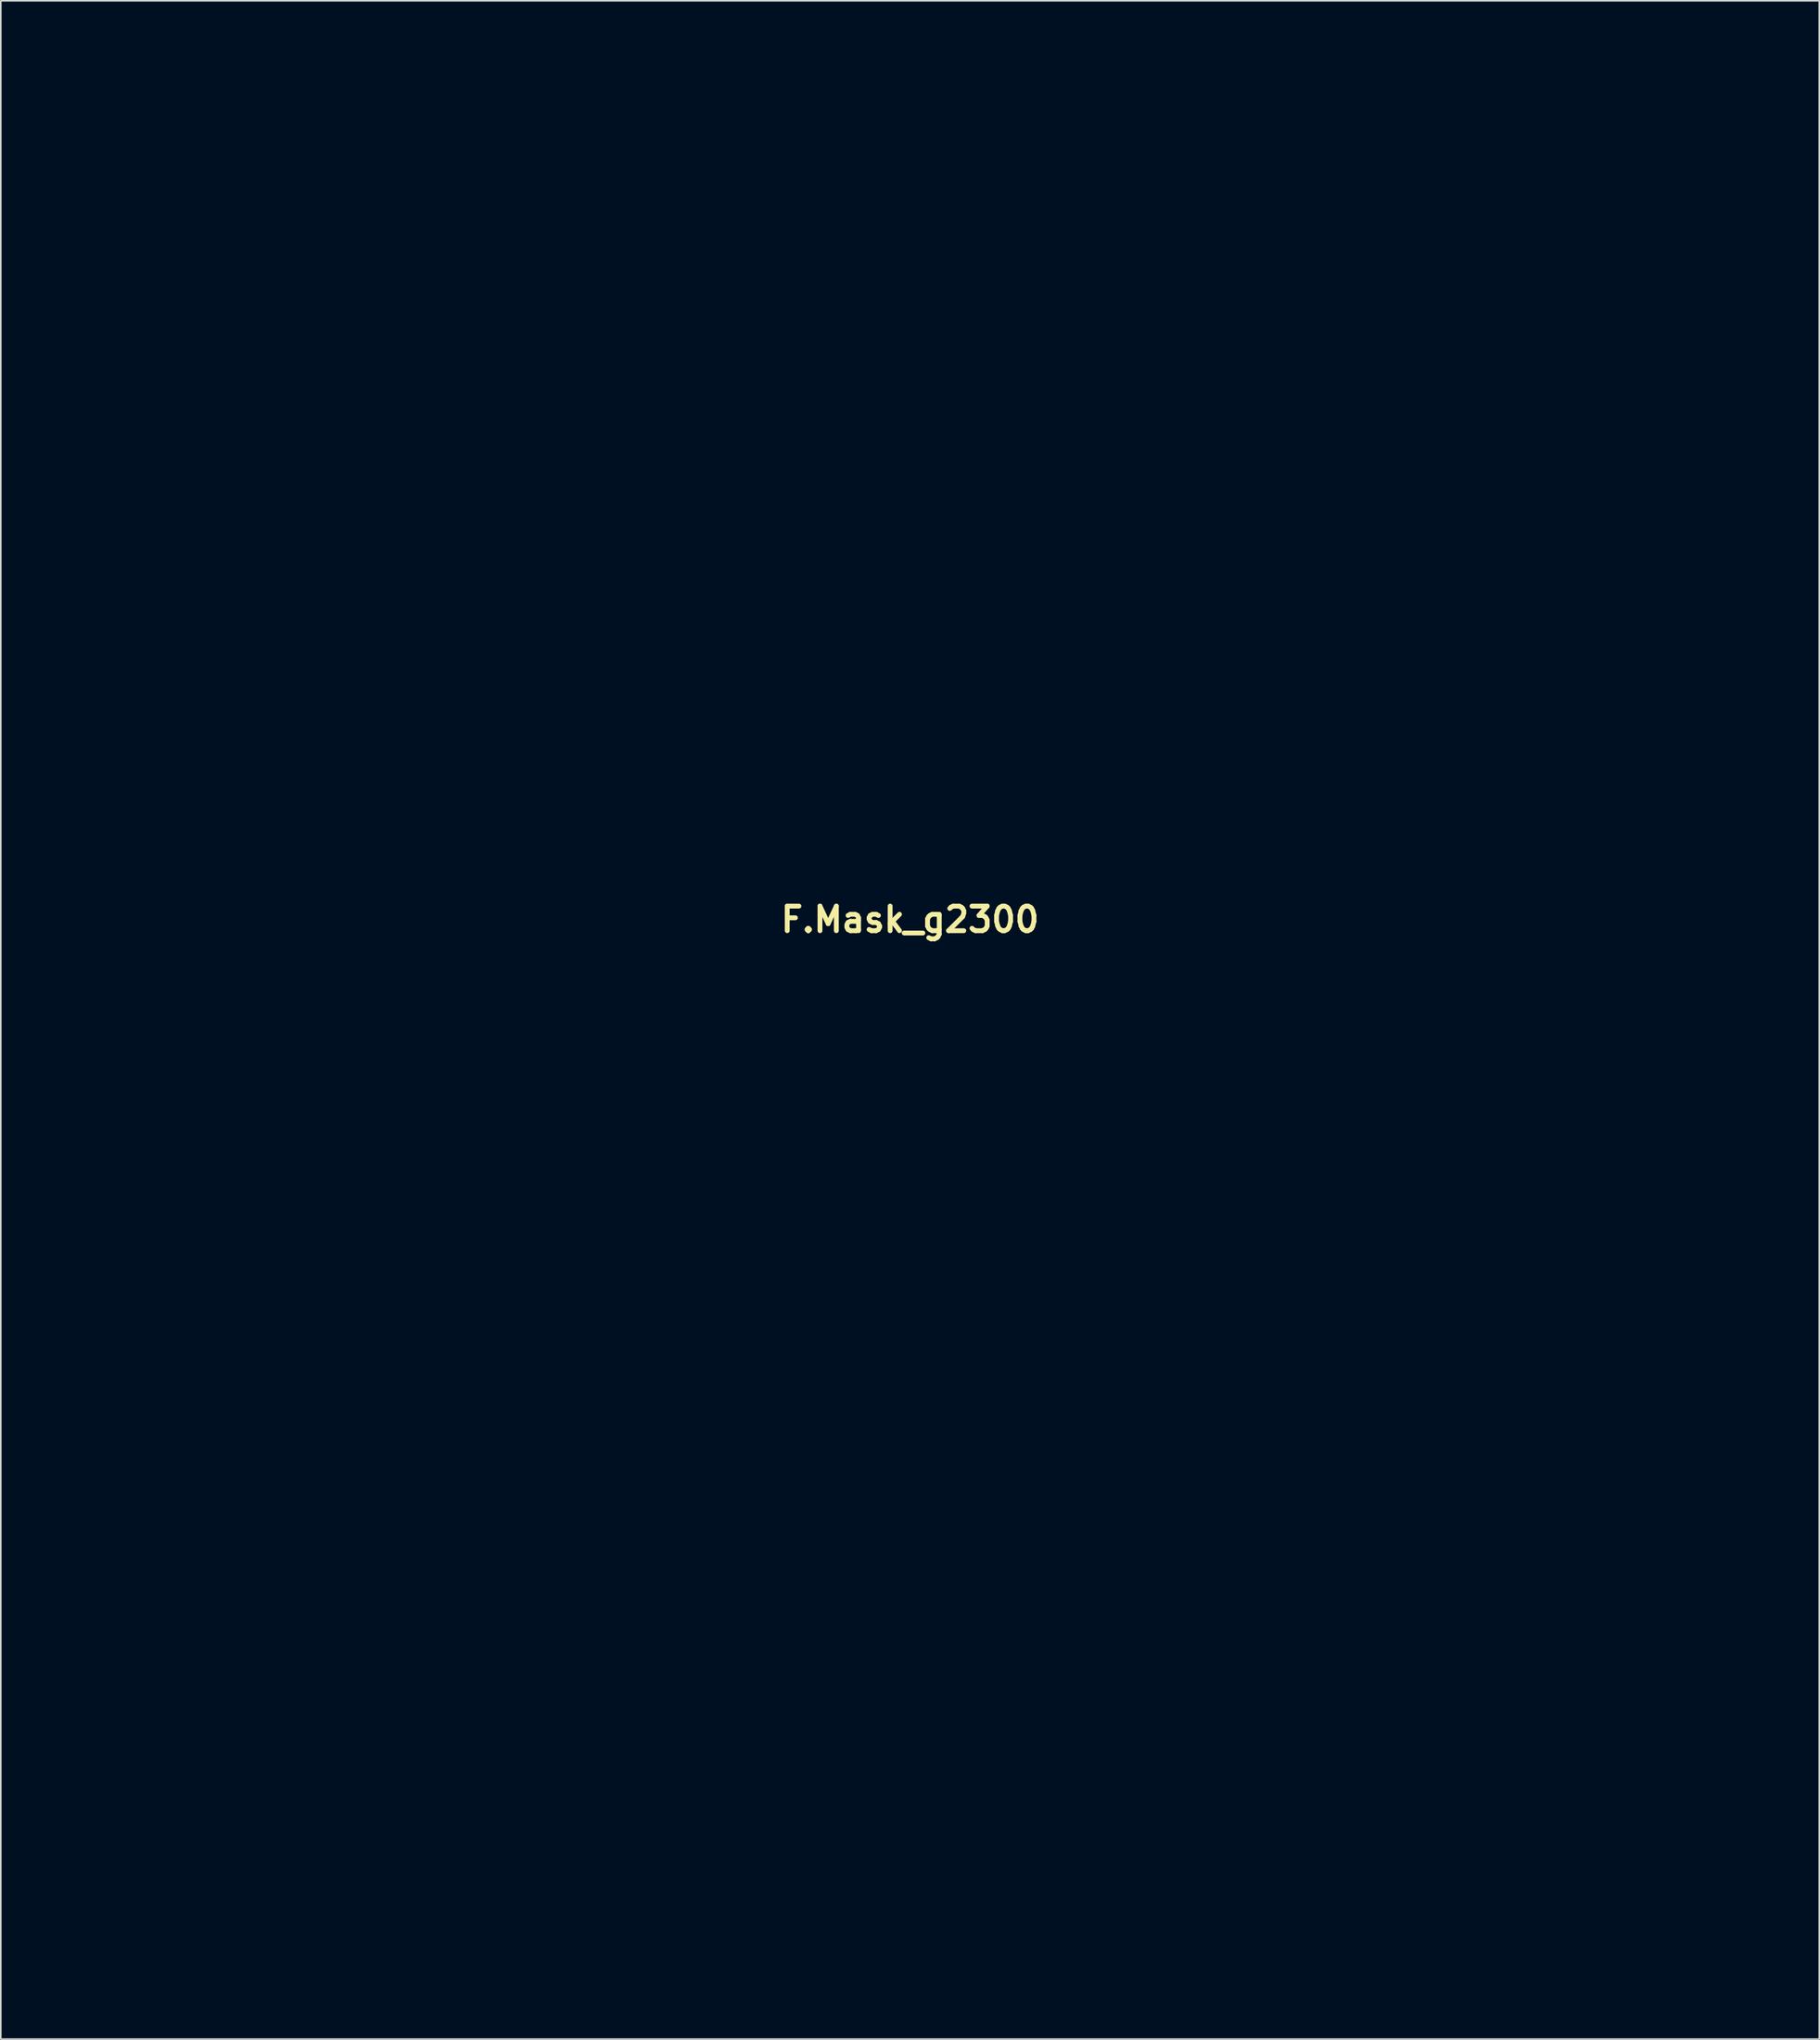
<source format=kicad_pcb>
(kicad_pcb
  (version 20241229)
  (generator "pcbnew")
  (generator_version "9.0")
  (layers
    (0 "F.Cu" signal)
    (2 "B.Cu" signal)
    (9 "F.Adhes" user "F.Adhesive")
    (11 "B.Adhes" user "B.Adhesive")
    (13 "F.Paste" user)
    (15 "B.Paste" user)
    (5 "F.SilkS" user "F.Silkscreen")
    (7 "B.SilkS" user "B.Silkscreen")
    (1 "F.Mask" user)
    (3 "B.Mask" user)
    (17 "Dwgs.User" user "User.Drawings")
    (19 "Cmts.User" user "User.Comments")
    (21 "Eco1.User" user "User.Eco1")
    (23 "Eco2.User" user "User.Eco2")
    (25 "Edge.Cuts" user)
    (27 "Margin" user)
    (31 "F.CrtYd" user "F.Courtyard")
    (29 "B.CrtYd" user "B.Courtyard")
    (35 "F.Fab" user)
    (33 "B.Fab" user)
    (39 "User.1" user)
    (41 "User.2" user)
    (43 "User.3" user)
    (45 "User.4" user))
  (footprint "F.Mask_g2300"
    (layer "F.Cu")
    (at 53.428 54.007)
    (property "Reference" "F.Mask_g2300" (at 0 0 0) (layer "F.SilkS") (effects (font (size 1.524 1.524) (thickness 0.3))))
    (attr through_hole)
    (fp_poly (pts (xy 3.793 1.055) (xy 3.776 1.105) (xy 3.748 1.178) (xy 3.712 1.265) (xy 3.574 1.645) (xy 3.475 2.033) (xy 3.415 2.424) (xy 3.396 2.814) (xy 3.408 3.09) (xy 3.456 3.484) (xy 3.537 3.865) (xy 3.653 4.239) (xy 3.807 4.614) (xy 3.895 4.8) (xy 3.951 4.911) (xy 3.989 4.991) (xy 4.004 5.042) (xy 3.995 5.069) (xy 3.957 5.072) (xy 3.887 5.057) (xy 3.782 5.026) (xy 3.683 4.995) (xy 3.338 4.877) (xy 3.025 4.745) (xy 2.744 4.601) (xy 2.497 4.445) (xy 2.285 4.278) (xy 2.109 4.102) (xy 1.969 3.917) (xy 1.868 3.725) (xy 1.806 3.527) (xy 1.785 3.324) (xy 1.797 3.157) (xy 1.855 2.92) (xy 1.953 2.683) (xy 2.092 2.445) (xy 2.271 2.208) (xy 2.487 1.974) (xy 2.741 1.743) (xy 3.03 1.516) (xy 3.355 1.296) (xy 3.538 1.184) (xy 3.629 1.13) (xy 3.706 1.085) (xy 3.763 1.053) (xy 3.793 1.038) (xy 3.796 1.037) (xy 3.793 1.055)) (stroke (width 0.01) (type solid)) (fill yes) (layer "F.Mask"))
    (fp_poly (pts (xy 10.828 0.219) (xy 10.884 0.235) (xy 10.964 0.263) (xy 11.062 0.299) (xy 11.17 0.341) (xy 11.282 0.387) (xy 11.39 0.433) (xy 11.487 0.476) (xy 11.515 0.49) (xy 11.806 0.644) (xy 12.062 0.809) (xy 12.281 0.986) (xy 12.462 1.171) (xy 12.603 1.364) (xy 12.703 1.561) (xy 12.733 1.669) (xy 12.749 1.806) (xy 12.753 1.96) (xy 12.744 2.12) (xy 12.723 2.273) (xy 12.703 2.36) (xy 12.637 2.555) (xy 12.543 2.766) (xy 12.425 2.983) (xy 12.288 3.198) (xy 12.139 3.401) (xy 12.058 3.499) (xy 12.006 3.555) (xy 11.939 3.623) (xy 11.863 3.695) (xy 11.786 3.766) (xy 11.714 3.829) (xy 11.654 3.879) (xy 11.613 3.91) (xy 11.599 3.916) (xy 11.597 3.898) (xy 11.605 3.851) (xy 11.617 3.805) (xy 11.635 3.716) (xy 11.647 3.592) (xy 11.653 3.439) (xy 11.653 3.265) (xy 11.649 3.076) (xy 11.639 2.878) (xy 11.624 2.679) (xy 11.603 2.486) (xy 11.593 2.402) (xy 11.573 2.26) (xy 11.552 2.119) (xy 11.532 1.99) (xy 11.515 1.883) (xy 11.502 1.81) (xy 11.439 1.557) (xy 11.349 1.287) (xy 11.236 1.01) (xy 11.106 0.738) (xy 10.962 0.481) (xy 10.926 0.423) (xy 10.876 0.343) (xy 10.836 0.277) (xy 10.811 0.232) (xy 10.804 0.217) (xy 10.828 0.219)) (stroke (width 0.01) (type solid)) (fill yes) (layer "F.Mask"))
    (fp_poly (pts (xy 8.08 0.265) (xy 8.454 0.303) (xy 8.818 0.374) (xy 8.854 0.383) (xy 8.998 0.423) (xy 9.113 0.467) (xy 9.21 0.521) (xy 9.304 0.592) (xy 9.406 0.687) (xy 9.431 0.712) (xy 9.706 1.014) (xy 9.944 1.323) (xy 10.143 1.638) (xy 10.303 1.955) (xy 10.422 2.275) (xy 10.489 2.538) (xy 10.511 2.7) (xy 10.52 2.887) (xy 10.515 3.083) (xy 10.497 3.274) (xy 10.467 3.446) (xy 10.447 3.523) (xy 10.343 3.8) (xy 10.203 4.056) (xy 10.029 4.29) (xy 9.825 4.498) (xy 9.592 4.679) (xy 9.333 4.83) (xy 9.051 4.948) (xy 8.903 4.994) (xy 8.845 5.007) (xy 8.751 5.025) (xy 8.627 5.047) (xy 8.477 5.072) (xy 8.309 5.099) (xy 8.126 5.127) (xy 7.936 5.156) (xy 7.743 5.184) (xy 7.553 5.211) (xy 7.373 5.236) (xy 7.207 5.258) (xy 7.061 5.276) (xy 7.027 5.28) (xy 6.873 5.296) (xy 6.75 5.306) (xy 6.649 5.309) (xy 6.562 5.305) (xy 6.477 5.295) (xy 6.451 5.291) (xy 6.258 5.242) (xy 6.067 5.163) (xy 5.889 5.059) (xy 5.735 4.938) (xy 5.671 4.873) (xy 5.559 4.733) (xy 5.441 4.563) (xy 5.324 4.371) (xy 5.212 4.168) (xy 5.111 3.964) (xy 5.027 3.767) (xy 4.977 3.629) (xy 4.902 3.341) (xy 4.859 3.039) (xy 4.848 2.733) (xy 4.869 2.433) (xy 4.921 2.159) (xy 5.014 1.876) (xy 5.146 1.608) (xy 5.312 1.357) (xy 5.512 1.125) (xy 5.741 0.916) (xy 5.997 0.733) (xy 6.277 0.578) (xy 6.579 0.454) (xy 6.628 0.437) (xy 6.968 0.346) (xy 7.329 0.287) (xy 7.702 0.26) (xy 8.08 0.265)) (stroke (width 0.01) (type solid)) (fill yes) (layer "F.Mask"))
    (fp_poly (pts (xy 18.979 -10.675) (xy 19.017 -10.633) (xy 19.076 -10.559) (xy 19.154 -10.458) (xy 19.249 -10.33) (xy 19.36 -10.177) (xy 19.486 -10.003) (xy 19.624 -9.81) (xy 19.773 -9.599) (xy 19.933 -9.372) (xy 20.1 -9.133) (xy 20.274 -8.883) (xy 20.453 -8.624) (xy 20.635 -8.36) (xy 20.82 -8.09) (xy 21.005 -7.819) (xy 21.188 -7.549) (xy 21.37 -7.28) (xy 21.546 -7.017) (xy 21.718 -6.76) (xy 21.881 -6.513) (xy 22.034 -6.28) (xy 22.109 -6.166) (xy 22.174 -6.063) (xy 22.227 -5.978) (xy 22.265 -5.916) (xy 22.284 -5.881) (xy 22.286 -5.876) (xy 22.263 -5.876) (xy 22.208 -5.885) (xy 22.132 -5.899) (xy 22.087 -5.907) (xy 21.694 -5.967) (xy 21.296 -5.984) (xy 20.897 -5.961) (xy 20.497 -5.896) (xy 20.099 -5.79) (xy 19.704 -5.645) (xy 19.313 -5.459) (xy 19.008 -5.284) (xy 18.779 -5.131) (xy 18.545 -4.954) (xy 18.313 -4.76) (xy 18.095 -4.558) (xy 17.899 -4.356) (xy 17.765 -4.202) (xy 17.509 -3.852) (xy 17.282 -3.475) (xy 17.085 -3.072) (xy 16.92 -2.649) (xy 16.789 -2.209) (xy 16.693 -1.756) (xy 16.673 -1.624) (xy 16.659 -1.535) (xy 16.645 -1.462) (xy 16.635 -1.416) (xy 16.63 -1.404) (xy 16.616 -1.415) (xy 16.591 -1.456) (xy 16.562 -1.516) (xy 16.494 -1.672) (xy 16.422 -1.836) (xy 16.35 -2.005) (xy 16.279 -2.172) (xy 16.211 -2.334) (xy 16.148 -2.486) (xy 16.092 -2.622) (xy 16.046 -2.739) (xy 16.011 -2.831) (xy 15.988 -2.893) (xy 15.981 -2.92) (xy 15.998 -2.938) (xy 16.045 -2.97) (xy 16.111 -3.008) (xy 16.134 -3.02) (xy 16.386 -3.174) (xy 16.632 -3.368) (xy 16.873 -3.599) (xy 17.105 -3.867) (xy 17.329 -4.167) (xy 17.541 -4.499) (xy 17.742 -4.861) (xy 17.929 -5.249) (xy 18.101 -5.662) (xy 18.256 -6.098) (xy 18.274 -6.154) (xy 18.376 -6.494) (xy 18.474 -6.867) (xy 18.565 -7.262) (xy 18.648 -7.671) (xy 18.721 -8.084) (xy 18.782 -8.49) (xy 18.784 -8.509) (xy 18.814 -8.747) (xy 18.842 -9.001) (xy 18.868 -9.261) (xy 18.891 -9.522) (xy 18.911 -9.774) (xy 18.927 -10.011) (xy 18.938 -10.225) (xy 18.944 -10.407) (xy 18.944 -10.477) (xy 18.947 -10.563) (xy 18.952 -10.634) (xy 18.959 -10.678) (xy 18.962 -10.685) (xy 18.979 -10.675)) (stroke (width 0.01) (type solid)) (fill yes) (layer "F.Mask"))
    (fp_poly (pts (xy -14.963 -4.905) (xy -14.744 -4.9) (xy -14.535 -4.891) (xy -14.346 -4.879) (xy -14.186 -4.865) (xy -14.139 -4.859) (xy -13.625 -4.772) (xy -13.126 -4.649) (xy -12.645 -4.49) (xy -12.185 -4.297) (xy -11.746 -4.069) (xy -11.333 -3.808) (xy -11.007 -3.565) (xy -10.866 -3.446) (xy -10.711 -3.304) (xy -10.551 -3.15) (xy -10.396 -2.992) (xy -10.255 -2.84) (xy -10.137 -2.703) (xy -10.125 -2.689) (xy -10.036 -2.576) (xy -9.953 -2.467) (xy -9.878 -2.365) (xy -9.817 -2.277) (xy -9.771 -2.208) (xy -9.746 -2.162) (xy -9.743 -2.146) (xy -9.766 -2.144) (xy -9.825 -2.145) (xy -9.911 -2.148) (xy -10.018 -2.153) (xy -10.11 -2.159) (xy -10.571 -2.169) (xy -11.033 -2.139) (xy -11.491 -2.071) (xy -11.938 -1.966) (xy -12.238 -1.871) (xy -12.438 -1.794) (xy -12.66 -1.696) (xy -12.895 -1.582) (xy -13.131 -1.457) (xy -13.219 -1.408) (xy -13.738 -1.09) (xy -14.226 -0.744) (xy -14.683 -0.37) (xy -15.107 0.029) (xy -15.499 0.453) (xy -15.858 0.902) (xy -16.184 1.375) (xy -16.476 1.87) (xy -16.735 2.387) (xy -16.96 2.925) (xy -17.151 3.483) (xy -17.307 4.06) (xy -17.428 4.655) (xy -17.514 5.269) (xy -17.564 5.898) (xy -17.579 6.544) (xy -17.557 7.205) (xy -17.499 7.88) (xy -17.404 8.568) (xy -17.272 9.269) (xy -17.216 9.521) (xy -17.191 9.633) (xy -17.171 9.728) (xy -17.157 9.802) (xy -17.15 9.846) (xy -17.15 9.855) (xy -17.163 9.841) (xy -17.193 9.795) (xy -17.236 9.724) (xy -17.288 9.633) (xy -17.334 9.552) (xy -17.603 9.045) (xy -17.865 8.5) (xy -18.119 7.923) (xy -18.363 7.317) (xy -18.594 6.689) (xy -18.812 6.042) (xy -19.014 5.381) (xy -19.121 5.004) (xy -19.207 4.68) (xy -19.28 4.386) (xy -19.341 4.113) (xy -19.392 3.852) (xy -19.434 3.594) (xy -19.468 3.329) (xy -19.497 3.049) (xy -19.521 2.744) (xy -19.539 2.466) (xy -19.546 2.293) (xy -19.551 2.088) (xy -19.554 1.858) (xy -19.554 1.611) (xy -19.552 1.355) (xy -19.548 1.098) (xy -19.542 0.848) (xy -19.534 0.613) (xy -19.524 0.401) (xy -19.512 0.219) (xy -19.507 0.148) (xy -19.426 -0.573) (xy -19.316 -1.263) (xy -19.179 -1.922) (xy -19.013 -2.552) (xy -18.819 -3.152) (xy -18.596 -3.724) (xy -18.429 -4.093) (xy -18.295 -4.373) (xy -18.032 -4.451) (xy -17.412 -4.619) (xy -16.807 -4.749) (xy -16.212 -4.843) (xy -15.74 -4.891) (xy -15.58 -4.901) (xy -15.39 -4.906) (xy -15.181 -4.907) (xy -14.963 -4.905)) (stroke (width 0.01) (type solid)) (fill yes) (layer "F.Mask"))
    (fp_poly (pts (xy 22.85 -53.979) (xy 22.87 -53.92) (xy 22.9 -53.828) (xy 22.938 -53.709) (xy 22.983 -53.567) (xy 23.033 -53.406) (xy 23.088 -53.23) (xy 23.116 -53.139) (xy 23.172 -52.958) (xy 23.224 -52.789) (xy 23.271 -52.637) (xy 23.312 -52.507) (xy 23.346 -52.401) (xy 23.371 -52.326) (xy 23.385 -52.285) (xy 23.388 -52.279) (xy 23.411 -52.276) (xy 23.472 -52.276) (xy 23.567 -52.276) (xy 23.693 -52.278) (xy 23.844 -52.28) (xy 24.017 -52.284) (xy 24.209 -52.288) (xy 24.414 -52.294) (xy 24.458 -52.295) (xy 24.671 -52.301) (xy 24.876 -52.306) (xy 25.068 -52.311) (xy 25.242 -52.314) (xy 25.393 -52.317) (xy 25.516 -52.319) (xy 25.608 -52.32) (xy 25.662 -52.319) (xy 25.665 -52.319) (xy 25.813 -52.313) (xy 24.797 -51.596) (xy 24.612 -51.466) (xy 24.438 -51.343) (xy 24.277 -51.229) (xy 24.132 -51.126) (xy 24.007 -51.037) (xy 23.904 -50.964) (xy 23.827 -50.909) (xy 23.778 -50.874) (xy 23.762 -50.862) (xy 23.766 -50.84) (xy 23.785 -50.782) (xy 23.816 -50.69) (xy 23.859 -50.569) (xy 23.912 -50.422) (xy 23.975 -50.251) (xy 24.045 -50.06) (xy 24.123 -49.853) (xy 24.207 -49.632) (xy 24.246 -49.53) (xy 24.331 -49.305) (xy 24.411 -49.093) (xy 24.486 -48.895) (xy 24.553 -48.716) (xy 24.611 -48.558) (xy 24.66 -48.425) (xy 24.698 -48.32) (xy 24.723 -48.247) (xy 24.736 -48.208) (xy 24.736 -48.203) (xy 24.713 -48.206) (xy 24.672 -48.229) (xy 24.666 -48.233) (xy 24.586 -48.289) (xy 24.482 -48.361) (xy 24.357 -48.447) (xy 24.215 -48.546) (xy 24.059 -48.654) (xy 23.893 -48.769) (xy 23.72 -48.889) (xy 23.545 -49.01) (xy 23.37 -49.131) (xy 23.199 -49.25) (xy 23.036 -49.362) (xy 22.884 -49.467) (xy 22.747 -49.562) (xy 22.629 -49.643) (xy 22.533 -49.71) (xy 22.462 -49.758) (xy 22.421 -49.786) (xy 22.413 -49.792) (xy 22.357 -49.828) (xy 20.977 -48.938) (xy 20.758 -48.797) (xy 20.55 -48.664) (xy 20.354 -48.538) (xy 20.174 -48.423) (xy 20.013 -48.32) (xy 19.873 -48.231) (xy 19.756 -48.158) (xy 19.667 -48.102) (xy 19.607 -48.065) (xy 19.579 -48.049) (xy 19.577 -48.048) (xy 19.582 -48.066) (xy 19.603 -48.118) (xy 19.64 -48.198) (xy 19.689 -48.303) (xy 19.75 -48.428) (xy 19.819 -48.569) (xy 19.868 -48.667) (xy 19.947 -48.826) (xy 20.041 -49.015) (xy 20.146 -49.225) (xy 20.256 -49.448) (xy 20.369 -49.677) (xy 20.48 -49.901) (xy 20.585 -50.114) (xy 20.607 -50.159) (xy 21.036 -51.032) (xy 20.487 -51.787) (xy 20.373 -51.944) (xy 20.268 -52.091) (xy 20.173 -52.224) (xy 20.092 -52.338) (xy 20.026 -52.432) (xy 19.979 -52.501) (xy 19.953 -52.542) (xy 19.948 -52.552) (xy 19.97 -52.552) (xy 20.031 -52.55) (xy 20.125 -52.546) (xy 20.25 -52.539) (xy 20.4 -52.53) (xy 20.573 -52.52) (xy 20.763 -52.508) (xy 20.966 -52.495) (xy 20.994 -52.493) (xy 21.2 -52.479) (xy 21.394 -52.467) (xy 21.571 -52.457) (xy 21.727 -52.448) (xy 21.858 -52.441) (xy 21.959 -52.436) (xy 22.028 -52.434) (xy 22.059 -52.435) (xy 22.06 -52.435) (xy 22.074 -52.456) (xy 22.105 -52.511) (xy 22.149 -52.597) (xy 22.205 -52.708) (xy 22.27 -52.842) (xy 22.343 -52.994) (xy 22.422 -53.159) (xy 22.456 -53.232) (xy 22.536 -53.401) (xy 22.611 -53.557) (xy 22.678 -53.695) (xy 22.736 -53.813) (xy 22.784 -53.905) (xy 22.818 -53.969) (xy 22.837 -54) (xy 22.841 -54.002) (xy 22.85 -53.979)) (stroke (width 0.01) (type solid)) (fill yes) (layer "F.Mask"))
    (fp_poly (pts (xy -21.784 -52.787) (xy -21.754 -52.738) (xy -21.709 -52.66) (xy -21.651 -52.557) (xy -21.583 -52.432) (xy -21.506 -52.29) (xy -21.423 -52.135) (xy -21.419 -52.129) (xy -21.333 -51.969) (xy -21.252 -51.816) (xy -21.177 -51.677) (xy -21.111 -51.555) (xy -21.058 -51.457) (xy -21.019 -51.386) (xy -20.999 -51.35) (xy -20.944 -51.254) (xy -19.886 -51.383) (xy -19.679 -51.409) (xy -19.486 -51.432) (xy -19.309 -51.453) (xy -19.154 -51.472) (xy -19.024 -51.487) (xy -18.922 -51.498) (xy -18.854 -51.506) (xy -18.823 -51.508) (xy -18.821 -51.508) (xy -18.831 -51.49) (xy -18.862 -51.44) (xy -18.911 -51.361) (xy -18.976 -51.258) (xy -19.055 -51.134) (xy -19.146 -50.993) (xy -19.247 -50.837) (xy -19.325 -50.716) (xy -19.431 -50.552) (xy -19.53 -50.398) (xy -19.618 -50.258) (xy -19.693 -50.137) (xy -19.754 -50.037) (xy -19.798 -49.962) (xy -19.822 -49.917) (xy -19.827 -49.904) (xy -19.815 -49.882) (xy -19.784 -49.826) (xy -19.735 -49.739) (xy -19.671 -49.624) (xy -19.592 -49.483) (xy -19.5 -49.32) (xy -19.397 -49.138) (xy -19.284 -48.938) (xy -19.163 -48.725) (xy -19.036 -48.5) (xy -19.009 -48.453) (xy -18.882 -48.227) (xy -18.76 -48.012) (xy -18.647 -47.811) (xy -18.544 -47.626) (xy -18.451 -47.46) (xy -18.371 -47.317) (xy -18.306 -47.198) (xy -18.256 -47.107) (xy -18.224 -47.046) (xy -18.211 -47.019) (xy -18.211 -47.018) (xy -18.23 -47.027) (xy -18.283 -47.055) (xy -18.368 -47.101) (xy -18.48 -47.164) (xy -18.619 -47.241) (xy -18.779 -47.332) (xy -18.96 -47.434) (xy -19.158 -47.546) (xy -19.37 -47.666) (xy -19.594 -47.794) (xy -19.654 -47.828) (xy -19.919 -47.979) (xy -20.15 -48.111) (xy -20.349 -48.224) (xy -20.519 -48.32) (xy -20.661 -48.4) (xy -20.779 -48.465) (xy -20.876 -48.517) (xy -20.952 -48.557) (xy -21.011 -48.587) (xy -21.056 -48.606) (xy -21.088 -48.618) (xy -21.11 -48.624) (xy -21.124 -48.623) (xy -21.132 -48.62) (xy -21.154 -48.604) (xy -21.208 -48.563) (xy -21.289 -48.501) (xy -21.394 -48.42) (xy -21.522 -48.322) (xy -21.669 -48.209) (xy -21.832 -48.084) (xy -22.008 -47.948) (xy -22.195 -47.804) (xy -22.389 -47.654) (xy -22.588 -47.5) (xy -22.788 -47.345) (xy -22.988 -47.19) (xy -23.183 -47.039) (xy -23.363 -46.9) (xy -23.385 -46.892) (xy -23.389 -46.907) (xy -23.383 -46.932) (xy -23.365 -46.993) (xy -23.335 -47.088) (xy -23.296 -47.213) (xy -23.249 -47.364) (xy -23.193 -47.539) (xy -23.132 -47.733) (xy -23.064 -47.943) (xy -22.993 -48.166) (xy -22.966 -48.249) (xy -22.893 -48.476) (xy -22.824 -48.691) (xy -22.76 -48.891) (xy -22.702 -49.072) (xy -22.652 -49.231) (xy -22.61 -49.365) (xy -22.577 -49.47) (xy -22.554 -49.542) (xy -22.543 -49.58) (xy -22.543 -49.584) (xy -22.56 -49.598) (xy -22.61 -49.633) (xy -22.69 -49.687) (xy -22.797 -49.757) (xy -22.926 -49.841) (xy -23.076 -49.937) (xy -23.244 -50.044) (xy -23.425 -50.159) (xy -23.603 -50.271) (xy -23.794 -50.392) (xy -23.975 -50.506) (xy -24.142 -50.611) (xy -24.292 -50.707) (xy -24.421 -50.789) (xy -24.527 -50.857) (xy -24.607 -50.909) (xy -24.656 -50.941) (xy -24.673 -50.953) (xy -24.658 -50.96) (xy -24.609 -50.966) (xy -24.535 -50.969) (xy -24.486 -50.97) (xy -24.399 -50.971) (xy -24.283 -50.973) (xy -24.143 -50.976) (xy -23.983 -50.98) (xy -23.809 -50.984) (xy -23.624 -50.99) (xy -23.433 -50.995) (xy -23.242 -51.001) (xy -23.055 -51.007) (xy -22.877 -51.013) (xy -22.712 -51.019) (xy -22.565 -51.024) (xy -22.441 -51.029) (xy -22.344 -51.034) (xy -22.28 -51.037) (xy -22.253 -51.04) (xy -22.253 -51.04) (xy -22.246 -51.062) (xy -22.229 -51.122) (xy -22.205 -51.213) (xy -22.173 -51.333) (xy -22.137 -51.476) (xy -22.095 -51.64) (xy -22.05 -51.818) (xy -22.024 -51.922) (xy -21.977 -52.107) (xy -21.934 -52.279) (xy -21.894 -52.434) (xy -21.86 -52.567) (xy -21.832 -52.675) (xy -21.811 -52.752) (xy -21.798 -52.795) (xy -21.796 -52.803) (xy -21.784 -52.787)) (stroke (width 0.01) (type solid)) (fill yes) (layer "F.Mask"))
    (fp_poly (pts (xy 47.952 -6.242) (xy 47.952 -6.241) (xy 47.967 -6.219) (xy 48.002 -6.164) (xy 48.056 -6.077) (xy 48.126 -5.962) (xy 48.213 -5.822) (xy 48.313 -5.658) (xy 48.426 -5.474) (xy 48.549 -5.271) (xy 48.682 -5.054) (xy 48.822 -4.824) (xy 48.968 -4.584) (xy 48.969 -4.583) (xy 49.115 -4.342) (xy 49.255 -4.112) (xy 49.387 -3.895) (xy 49.511 -3.693) (xy 49.623 -3.509) (xy 49.723 -3.346) (xy 49.81 -3.205) (xy 49.88 -3.091) (xy 49.934 -3.005) (xy 49.968 -2.949) (xy 49.983 -2.928) (xy 49.983 -2.928) (xy 49.997 -2.925) (xy 50.032 -2.93) (xy 50.089 -2.941) (xy 50.17 -2.961) (xy 50.278 -2.989) (xy 50.415 -3.026) (xy 50.583 -3.072) (xy 50.784 -3.129) (xy 51.021 -3.196) (xy 51.295 -3.275) (xy 51.392 -3.303) (xy 51.626 -3.371) (xy 51.849 -3.435) (xy 52.056 -3.495) (xy 52.245 -3.548) (xy 52.412 -3.596) (xy 52.554 -3.636) (xy 52.668 -3.668) (xy 52.749 -3.69) (xy 52.795 -3.702) (xy 52.805 -3.704) (xy 52.799 -3.687) (xy 52.772 -3.636) (xy 52.727 -3.555) (xy 52.665 -3.446) (xy 52.588 -3.313) (xy 52.498 -3.159) (xy 52.396 -2.986) (xy 52.284 -2.798) (xy 52.163 -2.596) (xy 52.093 -2.479) (xy 51.354 -1.253) (xy 52.389 0.134) (xy 52.549 0.349) (xy 52.701 0.553) (xy 52.844 0.745) (xy 52.975 0.923) (xy 53.093 1.083) (xy 53.196 1.223) (xy 53.283 1.34) (xy 53.35 1.433) (xy 53.397 1.498) (xy 53.422 1.534) (xy 53.425 1.539) (xy 53.404 1.541) (xy 53.345 1.54) (xy 53.25 1.537) (xy 53.124 1.533) (xy 52.969 1.526) (xy 52.789 1.517) (xy 52.589 1.508) (xy 52.37 1.496) (xy 52.137 1.484) (xy 52.033 1.478) (xy 51.791 1.464) (xy 51.558 1.451) (xy 51.34 1.44) (xy 51.139 1.429) (xy 50.959 1.419) (xy 50.805 1.411) (xy 50.68 1.405) (xy 50.589 1.401) (xy 50.534 1.399) (xy 50.525 1.399) (xy 50.408 1.397) (xy 49.138 3.624) (xy 48.976 3.909) (xy 48.818 4.186) (xy 48.666 4.452) (xy 48.522 4.704) (xy 48.388 4.94) (xy 48.263 5.158) (xy 48.151 5.355) (xy 48.051 5.529) (xy 47.966 5.678) (xy 47.897 5.799) (xy 47.846 5.89) (xy 47.813 5.947) (xy 47.801 5.967) (xy 47.765 6.029) (xy 47.743 6.058) (xy 47.731 6.058) (xy 47.724 6.034) (xy 47.723 6.032) (xy 47.722 6.005) (xy 47.72 5.937) (xy 47.718 5.833) (xy 47.715 5.695) (xy 47.712 5.525) (xy 47.71 5.326) (xy 47.707 5.102) (xy 47.704 4.854) (xy 47.7 4.585) (xy 47.697 4.299) (xy 47.694 3.997) (xy 47.691 3.684) (xy 47.69 3.545) (xy 47.686 3.223) (xy 47.683 2.909) (xy 47.68 2.606) (xy 47.677 2.317) (xy 47.674 2.047) (xy 47.67 1.796) (xy 47.667 1.569) (xy 47.664 1.368) (xy 47.662 1.197) (xy 47.659 1.058) (xy 47.657 0.954) (xy 47.655 0.889) (xy 47.655 0.876) (xy 47.642 0.642) (xy 45.486 -0.255) (xy 45.199 -0.375) (xy 44.924 -0.49) (xy 44.663 -0.599) (xy 44.418 -0.702) (xy 44.192 -0.798) (xy 43.987 -0.884) (xy 43.807 -0.961) (xy 43.652 -1.028) (xy 43.526 -1.082) (xy 43.431 -1.124) (xy 43.37 -1.152) (xy 43.345 -1.165) (xy 43.345 -1.166) (xy 43.367 -1.172) (xy 43.428 -1.186) (xy 43.525 -1.209) (xy 43.655 -1.238) (xy 43.816 -1.274) (xy 44.005 -1.316) (xy 44.219 -1.363) (xy 44.455 -1.415) (xy 44.711 -1.471) (xy 44.984 -1.53) (xy 45.271 -1.593) (xy 45.57 -1.658) (xy 45.868 -1.723) (xy 46.155 -1.785) (xy 46.428 -1.844) (xy 46.683 -1.9) (xy 46.918 -1.951) (xy 47.131 -1.998) (xy 47.319 -2.039) (xy 47.479 -2.074) (xy 47.608 -2.102) (xy 47.704 -2.124) (xy 47.764 -2.137) (xy 47.785 -2.143) (xy 47.785 -2.143) (xy 47.786 -2.164) (xy 47.789 -2.225) (xy 47.793 -2.322) (xy 47.797 -2.452) (xy 47.803 -2.612) (xy 47.809 -2.8) (xy 47.815 -3.011) (xy 47.823 -3.244) (xy 47.83 -3.494) (xy 47.838 -3.759) (xy 47.845 -3.99) (xy 47.856 -4.351) (xy 47.866 -4.672) (xy 47.874 -4.956) (xy 47.882 -5.204) (xy 47.889 -5.418) (xy 47.895 -5.602) (xy 47.901 -5.758) (xy 47.907 -5.887) (xy 47.911 -5.992) (xy 47.916 -6.075) (xy 47.921 -6.139) (xy 47.925 -6.185) (xy 47.93 -6.217) (xy 47.935 -6.236) (xy 47.94 -6.245) (xy 47.946 -6.246) (xy 47.952 -6.242)) (stroke (width 0.01) (type solid)) (fill yes) (layer "F.Mask"))
    (fp_poly (pts (xy -48.828 54.162) (xy -48.824 54.166) (xy -48.809 54.189) (xy -48.774 54.244) (xy -48.72 54.331) (xy -48.648 54.446) (xy -48.561 54.587) (xy -48.461 54.752) (xy -48.347 54.936) (xy -48.223 55.139) (xy -48.09 55.357) (xy -47.949 55.588) (xy -47.803 55.829) (xy -47.793 55.845) (xy -47.646 56.087) (xy -47.505 56.317) (xy -47.371 56.535) (xy -47.247 56.737) (xy -47.134 56.921) (xy -47.032 57.085) (xy -46.945 57.225) (xy -46.873 57.339) (xy -46.818 57.426) (xy -46.782 57.481) (xy -46.766 57.503) (xy -46.766 57.503) (xy -46.742 57.499) (xy -46.681 57.484) (xy -46.586 57.459) (xy -46.46 57.424) (xy -46.307 57.382) (xy -46.131 57.333) (xy -45.934 57.277) (xy -45.719 57.216) (xy -45.491 57.151) (xy -45.348 57.11) (xy -45.114 57.042) (xy -44.892 56.978) (xy -44.685 56.919) (xy -44.498 56.866) (xy -44.332 56.819) (xy -44.191 56.78) (xy -44.079 56.749) (xy -44 56.727) (xy -43.955 56.716) (xy -43.947 56.715) (xy -43.956 56.734) (xy -43.986 56.786) (xy -44.033 56.868) (xy -44.098 56.978) (xy -44.177 57.111) (xy -44.269 57.266) (xy -44.372 57.438) (xy -44.485 57.626) (xy -44.605 57.826) (xy -44.652 57.905) (xy -44.776 58.109) (xy -44.893 58.304) (xy -45.002 58.486) (xy -45.102 58.652) (xy -45.189 58.798) (xy -45.263 58.922) (xy -45.321 59.02) (xy -45.362 59.089) (xy -45.383 59.126) (xy -45.386 59.131) (xy -45.387 59.143) (xy -45.382 59.161) (xy -45.368 59.189) (xy -45.345 59.229) (xy -45.311 59.282) (xy -45.264 59.35) (xy -45.203 59.437) (xy -45.126 59.544) (xy -45.032 59.673) (xy -44.92 59.826) (xy -44.787 60.006) (xy -44.632 60.214) (xy -44.454 60.453) (xy -44.366 60.57) (xy -44.204 60.789) (xy -44.051 60.996) (xy -43.908 61.19) (xy -43.778 61.368) (xy -43.661 61.527) (xy -43.561 61.666) (xy -43.479 61.782) (xy -43.416 61.873) (xy -43.374 61.935) (xy -43.354 61.967) (xy -43.354 61.971) (xy -43.379 61.971) (xy -43.443 61.968) (xy -43.542 61.964) (xy -43.674 61.957) (xy -43.833 61.949) (xy -44.018 61.939) (xy -44.224 61.928) (xy -44.448 61.916) (xy -44.687 61.903) (xy -44.863 61.893) (xy -45.109 61.88) (xy -45.343 61.867) (xy -45.561 61.856) (xy -45.76 61.846) (xy -45.936 61.837) (xy -46.086 61.831) (xy -46.207 61.826) (xy -46.294 61.823) (xy -46.345 61.823) (xy -46.357 61.824) (xy -46.369 61.844) (xy -46.401 61.898) (xy -46.451 61.985) (xy -46.518 62.102) (xy -46.601 62.247) (xy -46.699 62.417) (xy -46.81 62.611) (xy -46.932 62.826) (xy -47.066 63.06) (xy -47.209 63.311) (xy -47.361 63.577) (xy -47.519 63.855) (xy -47.679 64.135) (xy -47.843 64.423) (xy -48.002 64.701) (xy -48.153 64.967) (xy -48.297 65.218) (xy -48.431 65.453) (xy -48.555 65.669) (xy -48.667 65.863) (xy -48.765 66.034) (xy -48.849 66.18) (xy -48.917 66.297) (xy -48.967 66.385) (xy -49 66.44) (xy -49.013 66.46) (xy -49.021 66.46) (xy -49.028 66.438) (xy -49.033 66.391) (xy -49.039 66.315) (xy -49.043 66.207) (xy -49.048 66.062) (xy -49.051 65.931) (xy -49.053 65.829) (xy -49.056 65.689) (xy -49.059 65.515) (xy -49.062 65.31) (xy -49.065 65.078) (xy -49.069 64.823) (xy -49.072 64.548) (xy -49.076 64.259) (xy -49.08 63.958) (xy -49.083 63.65) (xy -49.087 63.338) (xy -49.088 63.225) (xy -49.092 62.927) (xy -49.095 62.641) (xy -49.098 62.371) (xy -49.101 62.118) (xy -49.104 61.885) (xy -49.107 61.676) (xy -49.11 61.493) (xy -49.112 61.34) (xy -49.114 61.218) (xy -49.115 61.131) (xy -49.117 61.081) (xy -49.117 61.07) (xy -49.137 61.061) (xy -49.194 61.037) (xy -49.284 60.999) (xy -49.406 60.948) (xy -49.557 60.885) (xy -49.735 60.811) (xy -49.937 60.727) (xy -50.16 60.634) (xy -50.403 60.533) (xy -50.662 60.425) (xy -50.935 60.312) (xy -51.219 60.194) (xy -51.268 60.173) (xy -51.555 60.054) (xy -51.83 59.94) (xy -52.092 59.831) (xy -52.337 59.729) (xy -52.564 59.634) (xy -52.77 59.549) (xy -52.953 59.472) (xy -53.109 59.407) (xy -53.236 59.354) (xy -53.333 59.313) (xy -53.396 59.287) (xy -53.422 59.275) (xy -53.423 59.275) (xy -53.423 59.258) (xy -53.401 59.252) (xy -53.341 59.238) (xy -53.245 59.217) (xy -53.116 59.188) (xy -52.956 59.152) (xy -52.768 59.111) (xy -52.555 59.064) (xy -52.319 59.012) (xy -52.063 58.957) (xy -51.791 58.897) (xy -51.504 58.835) (xy -51.205 58.77) (xy -51.202 58.769) (xy -50.903 58.704) (xy -50.616 58.642) (xy -50.343 58.582) (xy -50.088 58.527) (xy -49.852 58.475) (xy -49.639 58.428) (xy -49.451 58.387) (xy -49.291 58.352) (xy -49.162 58.323) (xy -49.065 58.302) (xy -49.005 58.288) (xy -48.984 58.282) (xy -48.984 58.282) (xy -48.982 58.261) (xy -48.98 58.201) (xy -48.976 58.106) (xy -48.971 57.979) (xy -48.966 57.823) (xy -48.96 57.644) (xy -48.953 57.443) (xy -48.945 57.224) (xy -48.938 56.991) (xy -48.93 56.748) (xy -48.922 56.498) (xy -48.914 56.245) (xy -48.905 55.991) (xy -48.898 55.741) (xy -48.89 55.499) (xy -48.883 55.267) (xy -48.876 55.049) (xy -48.87 54.849) (xy -48.865 54.67) (xy -48.86 54.516) (xy -48.857 54.391) (xy -48.854 54.297) (xy -48.853 54.239) (xy -48.853 54.23) (xy -48.851 54.174) (xy -48.844 54.153) (xy -48.828 54.162)) (stroke (width 0.01) (type solid)) (fill yes) (layer "F.Mask"))
    (fp_poly (pts (xy 10.021 10.872) (xy 10.303 10.873) (xy 10.557 10.877) (xy 10.792 10.882) (xy 11.015 10.889) (xy 11.234 10.899) (xy 11.455 10.911) (xy 11.688 10.926) (xy 11.939 10.945) (xy 12.076 10.955) (xy 12.927 11.035) (xy 13.767 11.142) (xy 14.593 11.273) (xy 15.401 11.429) (xy 16.188 11.609) (xy 16.949 11.811) (xy 17.682 12.036) (xy 18.383 12.282) (xy 18.678 12.396) (xy 19.103 12.572) (xy 19.491 12.746) (xy 19.849 12.924) (xy 20.183 13.108) (xy 20.497 13.301) (xy 20.8 13.508) (xy 21.095 13.73) (xy 21.283 13.883) (xy 21.388 13.975) (xy 21.515 14.092) (xy 21.656 14.227) (xy 21.805 14.374) (xy 21.954 14.526) (xy 22.098 14.676) (xy 22.23 14.818) (xy 22.343 14.944) (xy 22.398 15.008) (xy 22.841 15.573) (xy 23.253 16.166) (xy 23.633 16.784) (xy 23.979 17.426) (xy 24.29 18.087) (xy 24.516 18.637) (xy 24.669 19.057) (xy 24.803 19.476) (xy 24.919 19.889) (xy 25.015 20.291) (xy 25.09 20.678) (xy 25.144 21.047) (xy 25.176 21.392) (xy 25.184 21.709) (xy 25.18 21.855) (xy 25.166 22.109) (xy 24.971 22.543) (xy 24.521 23.497) (xy 24.03 24.447) (xy 23.498 25.391) (xy 22.926 26.328) (xy 22.315 27.258) (xy 21.665 28.178) (xy 20.978 29.087) (xy 20.3 29.93) (xy 19.714 30.61) (xy 19.091 31.285) (xy 18.437 31.95) (xy 17.755 32.6) (xy 17.052 33.229) (xy 16.332 33.833) (xy 16.182 33.953) (xy 15.27 34.656) (xy 14.328 35.33) (xy 13.357 35.975) (xy 12.36 36.588) (xy 11.337 37.171) (xy 10.29 37.72) (xy 9.221 38.237) (xy 8.131 38.719) (xy 7.023 39.166) (xy 6.805 39.249) (xy 5.872 39.585) (xy 4.924 39.896) (xy 3.967 40.18) (xy 3.004 40.436) (xy 2.042 40.664) (xy 1.083 40.863) (xy 0.132 41.03) (xy -0.805 41.167) (xy -1.724 41.27) (xy -2.223 41.313) (xy -2.424 41.328) (xy -2.723 41.01) (xy -3.151 40.544) (xy -3.585 40.043) (xy -4.02 39.517) (xy -4.451 38.971) (xy -4.871 38.413) (xy -5.277 37.849) (xy -5.66 37.288) (xy -5.881 36.951) (xy -6.382 36.141) (xy -6.843 35.335) (xy -7.262 34.533) (xy -7.641 33.735) (xy -7.979 32.942) (xy -8.275 32.153) (xy -8.53 31.369) (xy -8.744 30.591) (xy -8.916 29.819) (xy -9.046 29.052) (xy -9.048 29.041) (xy -9.085 28.768) (xy -9.114 28.516) (xy -9.137 28.275) (xy -9.153 28.033) (xy -9.164 27.782) (xy -9.17 27.51) (xy -9.173 27.208) (xy -9.173 27.167) (xy -9.167 26.728) (xy -9.15 26.317) (xy -9.12 25.924) (xy -9.076 25.539) (xy -9.016 25.152) (xy -9.011 25.127) (xy -4.082 25.127) (xy -4.075 25.84) (xy -4.036 26.572) (xy -4.01 26.903) (xy -3.984 27.164) (xy -3.954 27.43) (xy -3.919 27.695) (xy -3.881 27.954) (xy -3.841 28.203) (xy -3.799 28.438) (xy -3.757 28.653) (xy -3.714 28.844) (xy -3.673 29.006) (xy -3.633 29.134) (xy -3.603 29.21) (xy -3.518 29.345) (xy -3.4 29.467) (xy -3.259 29.567) (xy -3.201 29.597) (xy -3.126 29.631) (xy -3.063 29.651) (xy -2.996 29.662) (xy -2.909 29.665) (xy -2.868 29.665) (xy -2.769 29.663) (xy -2.697 29.656) (xy -2.635 29.64) (xy -2.566 29.612) (xy -2.539 29.599) (xy -2.395 29.518) (xy -2.281 29.423) (xy -2.187 29.306) (xy -2.18 29.294) (xy -2.142 29.238) (xy -2.114 29.2) (xy -2.102 29.189) (xy -2.084 29.203) (xy -2.041 29.241) (xy -1.977 29.298) (xy -1.898 29.37) (xy -1.834 29.43) (xy -1.313 29.893) (xy -0.766 30.333) (xy -0.2 30.744) (xy 0.381 31.125) (xy 0.972 31.472) (xy 1.567 31.78) (xy 1.82 31.899) (xy 2.478 32.177) (xy 3.137 32.414) (xy 3.802 32.609) (xy 4.475 32.765) (xy 5.16 32.881) (xy 5.858 32.958) (xy 6.138 32.979) (xy 6.26 32.986) (xy 6.367 32.993) (xy 6.452 32.999) (xy 6.508 33.004) (xy 6.528 33.006) (xy 6.519 33.02) (xy 6.481 33.052) (xy 6.421 33.099) (xy 6.344 33.155) (xy 5.954 33.448) (xy 5.561 33.776) (xy 5.171 34.131) (xy 4.792 34.508) (xy 4.43 34.899) (xy 4.091 35.298) (xy 3.894 35.549) (xy 3.792 35.687) (xy 3.689 35.832) (xy 3.589 35.978) (xy 3.496 36.119) (xy 3.414 36.249) (xy 3.346 36.362) (xy 3.296 36.453) (xy 3.268 36.516) (xy 3.237 36.658) (xy 3.232 36.816) (xy 3.251 36.971) (xy 3.28 37.069) (xy 3.362 37.229) (xy 3.472 37.365) (xy 3.605 37.474) (xy 3.755 37.552) (xy 3.916 37.599) (xy 4.084 37.611) (xy 4.251 37.585) (xy 4.368 37.543) (xy 4.466 37.493) (xy 4.55 37.437) (xy 4.626 37.367) (xy 4.703 37.276) (xy 4.79 37.156) (xy 4.807 37.131) (xy 5.154 36.646) (xy 5.523 36.184) (xy 5.911 35.746) (xy 6.315 35.336) (xy 6.732 34.956) (xy 7.159 34.608) (xy 7.595 34.296) (xy 8.035 34.022) (xy 8.384 33.834) (xy 8.824 33.632) (xy 9.259 33.47) (xy 9.694 33.348) (xy 10.133 33.265) (xy 10.58 33.218) (xy 10.943 33.207) (xy 11.231 33.213) (xy 11.506 33.232) (xy 11.773 33.266) (xy 12.042 33.316) (xy 12.319 33.384) (xy 12.612 33.471) (xy 12.929 33.579) (xy 13.134 33.655) (xy 13.305 33.698) (xy 13.477 33.702) (xy 13.645 33.669) (xy 13.802 33.602) (xy 13.945 33.504) (xy 14.067 33.377) (xy 14.162 33.224) (xy 14.195 33.147) (xy 14.222 33.037) (xy 14.232 32.904) (xy 14.227 32.766) (xy 14.205 32.639) (xy 14.185 32.575) (xy 14.102 32.414) (xy 13.991 32.277) (xy 13.879 32.184) (xy 13.812 32.146) (xy 13.712 32.099) (xy 13.59 32.047) (xy 13.452 31.992) (xy 13.308 31.938) (xy 13.166 31.888) (xy 13.035 31.847) (xy 12.98 31.831) (xy 12.902 31.807) (xy 12.841 31.787) (xy 12.809 31.771) (xy 12.806 31.768) (xy 12.824 31.753) (xy 12.869 31.733) (xy 12.885 31.728) (xy 12.927 31.713) (xy 13.001 31.684) (xy 13.102 31.645) (xy 13.222 31.598) (xy 13.356 31.545) (xy 13.451 31.506) (xy 14.184 31.196) (xy 14.881 30.869) (xy 15.543 30.524) (xy 16.176 30.157) (xy 16.781 29.768) (xy 17.362 29.354) (xy 17.923 28.914) (xy 18.465 28.446) (xy 18.678 28.249) (xy 18.762 28.172) (xy 18.834 28.106) (xy 18.889 28.058) (xy 18.923 28.031) (xy 18.93 28.027) (xy 18.944 28.049) (xy 18.972 28.093) (xy 18.983 28.113) (xy 19.079 28.233) (xy 19.208 28.336) (xy 19.361 28.416) (xy 19.531 28.468) (xy 19.549 28.471) (xy 19.714 28.481) (xy 19.877 28.453) (xy 20.033 28.39) (xy 20.175 28.298) (xy 20.298 28.178) (xy 20.396 28.037) (xy 20.462 27.877) (xy 20.466 27.863) (xy 20.484 27.774) (xy 20.502 27.648) (xy 20.518 27.488) (xy 20.534 27.3) (xy 20.548 27.089) (xy 20.56 26.858) (xy 20.571 26.613) (xy 20.579 26.359) (xy 20.586 26.099) (xy 20.589 25.84) (xy 20.591 25.584) (xy 20.589 25.338) (xy 20.588 25.262) (xy 20.551 24.312) (xy 20.475 23.377) (xy 20.359 22.454) (xy 20.203 21.542) (xy 20.007 20.641) (xy 19.789 19.812) (xy 19.702 19.519) (xy 19.609 19.222) (xy 19.511 18.927) (xy 19.409 18.636) (xy 19.304 18.352) (xy 19.199 18.081) (xy 19.095 17.824) (xy 18.993 17.585) (xy 18.894 17.369) (xy 18.801 17.178) (xy 18.714 17.017) (xy 18.635 16.888) (xy 18.565 16.795) (xy 18.548 16.777) (xy 18.469 16.708) (xy 18.373 16.643) (xy 18.309 16.608) (xy 18.239 16.576) (xy 18.179 16.556) (xy 18.116 16.546) (xy 18.035 16.542) (xy 17.97 16.542) (xy 17.871 16.543) (xy 17.8 16.549) (xy 17.741 16.562) (xy 17.68 16.586) (xy 17.628 16.611) (xy 17.493 16.695) (xy 17.371 16.805) (xy 17.272 16.931) (xy 17.207 17.054) (xy 17.179 17.151) (xy 17.158 17.267) (xy 17.15 17.342) (xy 17.141 17.435) (xy 17.129 17.487) (xy 17.116 17.497) (xy 17.089 17.485) (xy 17.03 17.46) (xy 16.949 17.424) (xy 16.852 17.382) (xy 16.817 17.367) (xy 16.548 17.252) (xy 16.25 17.13) (xy 15.937 17.007) (xy 15.62 16.886) (xy 15.378 16.796) (xy 14.597 16.527) (xy 13.828 16.291) (xy 13.07 16.089) (xy 12.325 15.92) (xy 11.595 15.786) (xy 10.882 15.685) (xy 10.186 15.619) (xy 9.509 15.587) (xy 8.853 15.59) (xy 8.287 15.622) (xy 7.635 15.693) (xy 6.959 15.799) (xy 6.261 15.94) (xy 5.541 16.114) (xy 4.8 16.324) (xy 4.038 16.567) (xy 3.255 16.845) (xy 2.453 17.156) (xy 1.631 17.501) (xy 0.791 17.879) (xy 0.228 18.147) (xy 0.1 18.208) (xy -0.014 18.261) (xy -0.11 18.304) (xy -0.181 18.335) (xy -0.223 18.351) (xy -0.233 18.352) (xy -0.219 18.326) (xy -0.179 18.274) (xy -0.118 18.2) (xy -0.039 18.109) (xy 0.054 18.004) (xy 0.157 17.89) (xy 0.267 17.771) (xy 0.378 17.652) (xy 0.489 17.537) (xy 0.593 17.43) (xy 0.654 17.369) (xy 0.793 17.231) (xy 0.903 17.116) (xy 0.989 17.019) (xy 1.052 16.934) (xy 1.097 16.856) (xy 1.127 16.781) (xy 1.144 16.702) (xy 1.152 16.614) (xy 1.154 16.521) (xy 1.152 16.419) (xy 1.147 16.346) (xy 1.135 16.286) (xy 1.114 16.227) (xy 1.086 16.167) (xy 0.987 16.006) (xy 0.857 15.873) (xy 0.698 15.77) (xy 0.682 15.762) (xy 0.609 15.73) (xy 0.549 15.71) (xy 0.485 15.699) (xy 0.404 15.696) (xy 0.338 15.695) (xy 0.229 15.699) (xy 0.133 15.712) (xy 0.045 15.739) (xy -0.043 15.783) (xy -0.137 15.847) (xy -0.243 15.934) (xy -0.369 16.049) (xy -0.416 16.093) (xy -0.84 16.517) (xy -1.227 16.939) (xy -1.581 17.367) (xy -1.906 17.807) (xy -2.207 18.264) (xy -2.488 18.744) (xy -2.753 19.251) (xy -3.021 19.832) (xy -3.256 20.417) (xy -3.46 21.013) (xy -3.633 21.625) (xy -3.778 22.259) (xy -3.896 22.921) (xy -3.915 23.042) (xy -4.002 23.735) (xy -4.057 24.427) (xy -4.082 25.127) (xy -9.011 25.127) (xy -8.939 24.752) (xy -8.844 24.33) (xy -8.793 24.122) (xy -8.557 23.261) (xy -8.286 22.424) (xy -7.979 21.611) (xy -7.637 20.82) (xy -7.26 20.053) (xy -6.848 19.309) (xy -6.501 18.743) (xy -6.044 18.068) (xy -5.552 17.418) (xy -5.028 16.793) (xy -4.471 16.194) (xy -3.883 15.623) (xy -3.265 15.079) (xy -2.618 14.564) (xy -1.942 14.079) (xy -1.238 13.625) (xy -0.509 13.201) (xy 0.085 12.89) (xy 0.869 12.521) (xy 1.675 12.188) (xy 2.5 11.891) (xy 3.342 11.632) (xy 3.492 11.59) (xy 4.031 11.451) (xy 4.571 11.327) (xy 5.116 11.22) (xy 5.672 11.128) (xy 6.241 11.051) (xy 6.828 10.989) (xy 7.438 10.94) (xy 8.074 10.904) (xy 8.741 10.882) (xy 9.443 10.872) (xy 9.705 10.871) (xy 10.021 10.872)) (stroke (width 0.01) (type solid)) (fill yes) (layer "F.Mask")))
  (gr_rect
    (start -3 -3)
    (end 109.858 123.472)
    (stroke (width 0.1) (type default))
    (fill no)
    (layer "Edge.Cuts")))
</source>
